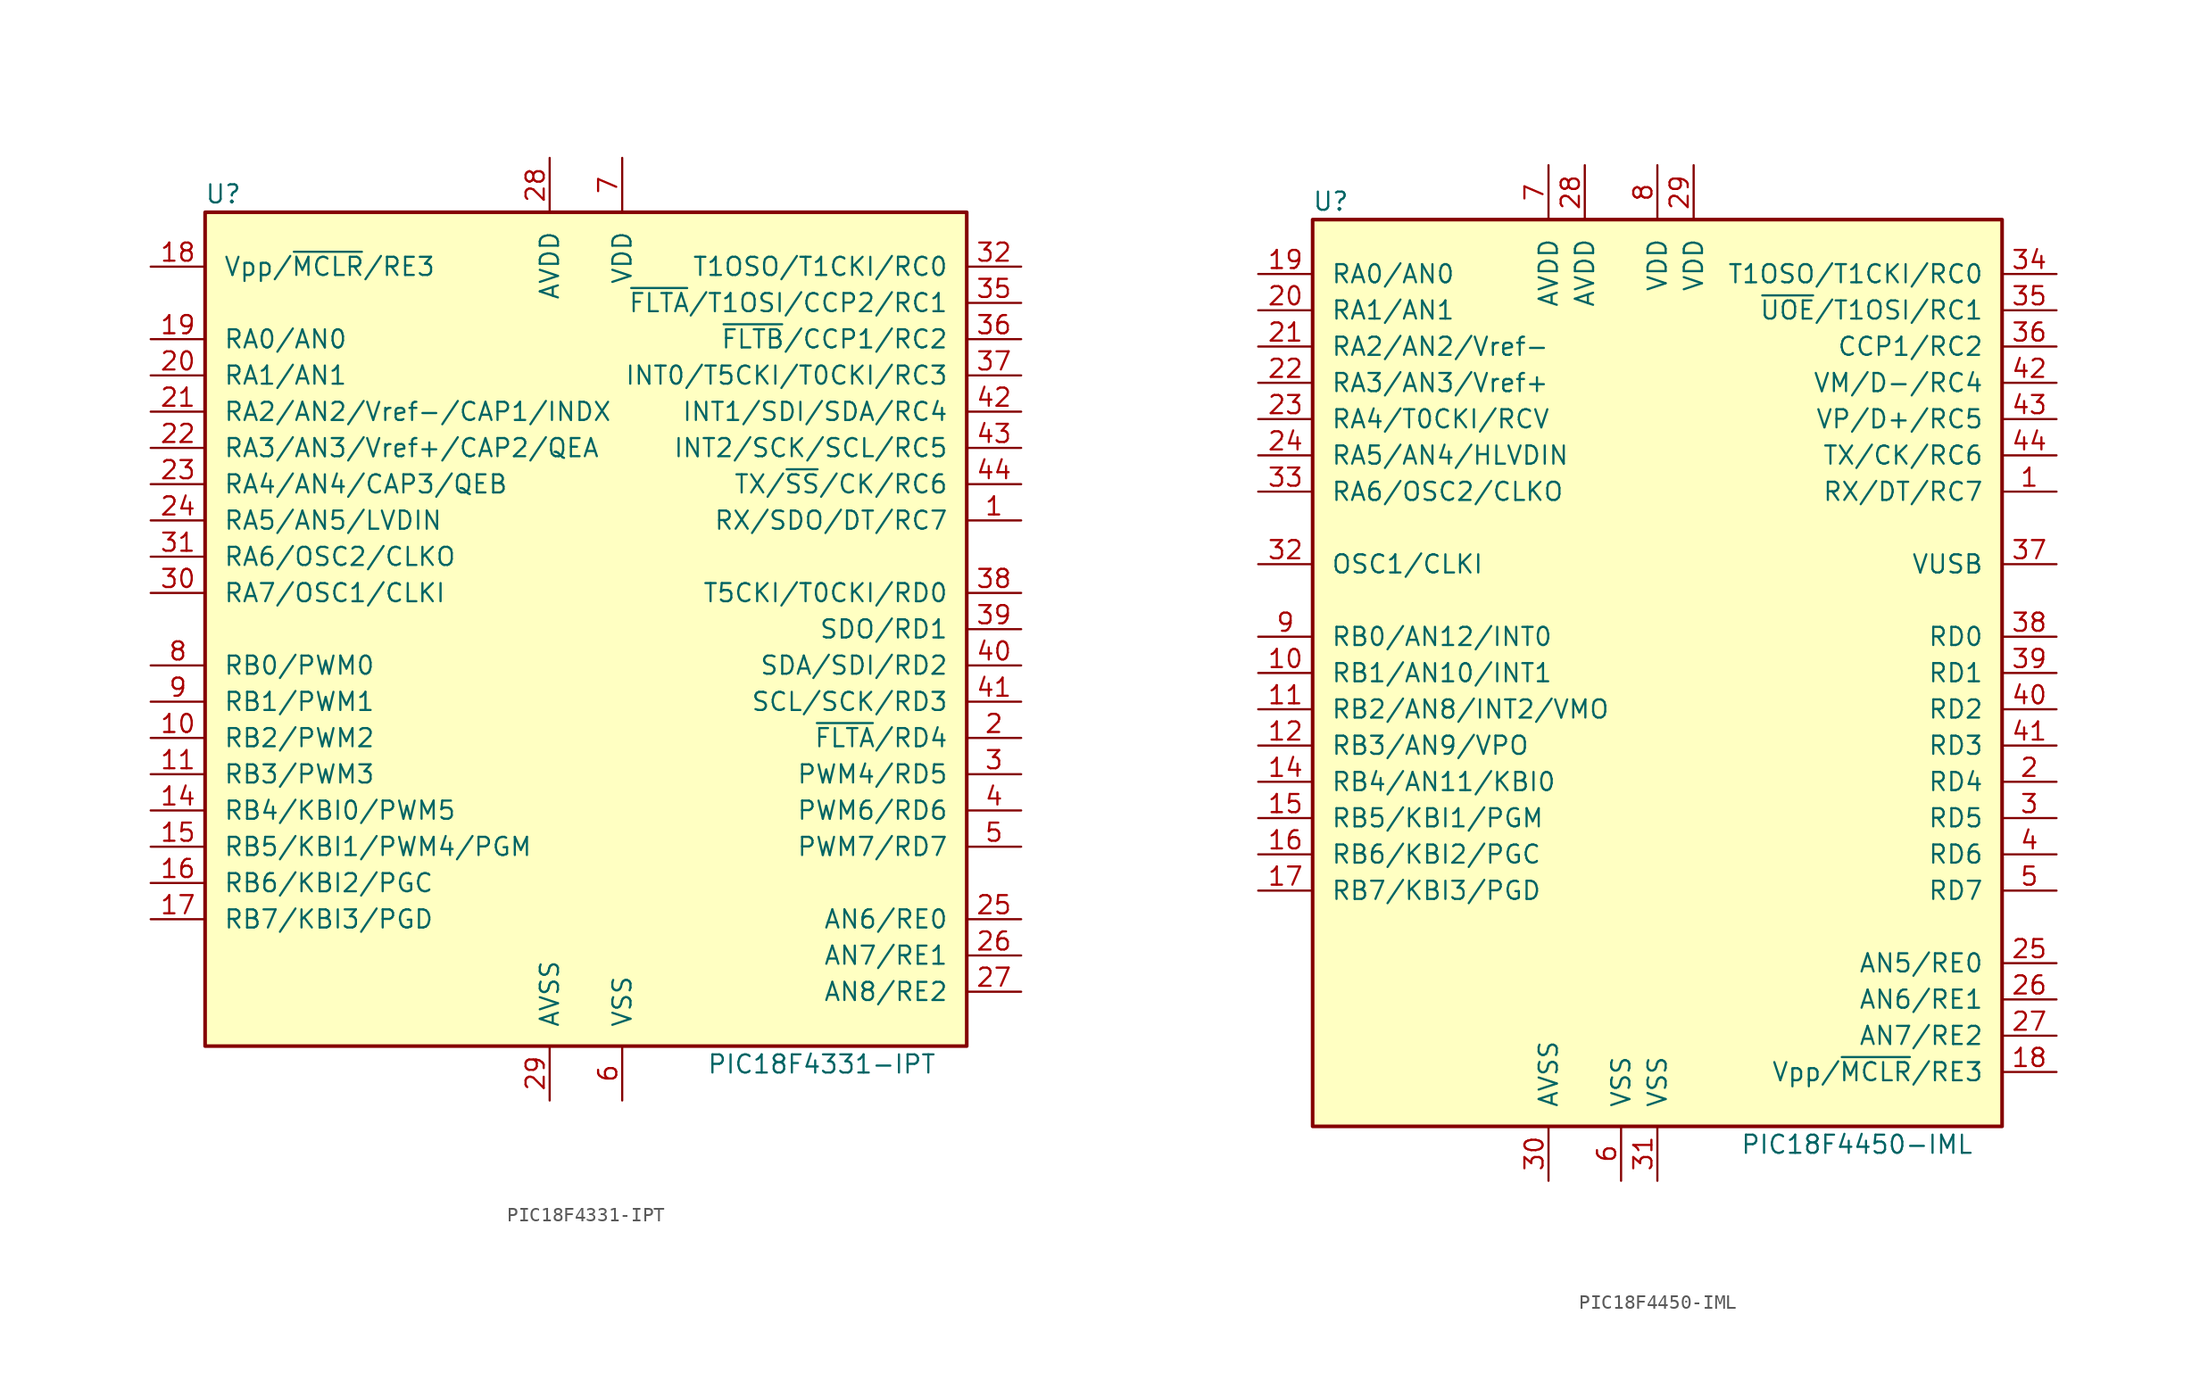
<source format=kicad_sym>
(kicad_symbol_lib
  (version 20231120)
  (generator "kicad_symbol_editor")
  (generator_version "8.0")
  (symbol "PIC18F4331-IPT"
    (pin_names
      (offset 1.27))
    (property "Reference" "U"
      (at -25.4 30.48 0)
      (effects (font (size 1.27 1.27))))
    (property "Value" "PIC18F4331-IPT"
      (at 16.51 -30.48 0)
      (effects (font (size 1.27 1.27))))
    (symbol "PIC18F4331-IPT_0_1"
      (rectangle (start -26.67 29.21) (end 26.67 -29.21) (stroke (width 0.254) (type default)) (fill (type background))))
    (symbol "PIC18F4331-IPT_1_1"
      (pin bidirectional line (at 30.48 7.62 180) (length 3.81) (name "RX/SDO/DT/RC7" (effects (font (size 1.27 1.27)))) (number "1" (effects (font (size 1.27 1.27)))))
      (pin bidirectional line (at -30.48 -7.62 0) (length 3.81) (name "RB2/PWM2" (effects (font (size 1.27 1.27)))) (number "10" (effects (font (size 1.27 1.27)))))
      (pin bidirectional line (at -30.48 -10.16 0) (length 3.81) (name "RB3/PWM3" (effects (font (size 1.27 1.27)))) (number "11" (effects (font (size 1.27 1.27)))))
      (pin no_connect line (at -15.24 -29.21 90) (length 3.81) hide (name "NC" (effects (font (size 1.27 1.27)))) (number "12" (effects (font (size 1.27 1.27)))))
      (pin no_connect line (at -12.7 -29.21 90) (length 3.81) hide (name "NC" (effects (font (size 1.27 1.27)))) (number "13" (effects (font (size 1.27 1.27)))))
      (pin bidirectional line (at -30.48 -12.7 0) (length 3.81) (name "RB4/KBI0/PWM5" (effects (font (size 1.27 1.27)))) (number "14" (effects (font (size 1.27 1.27)))))
      (pin bidirectional line (at -30.48 -15.24 0) (length 3.81) (name "RB5/KBI1/PWM4/PGM" (effects (font (size 1.27 1.27)))) (number "15" (effects (font (size 1.27 1.27)))))
      (pin bidirectional line (at -30.48 -17.78 0) (length 3.81) (name "RB6/KBI2/PGC" (effects (font (size 1.27 1.27)))) (number "16" (effects (font (size 1.27 1.27)))))
      (pin bidirectional line (at -30.48 -20.32 0) (length 3.81) (name "RB7/KBI3/PGD" (effects (font (size 1.27 1.27)))) (number "17" (effects (font (size 1.27 1.27)))))
      (pin input line (at -30.48 25.4 0) (length 3.81) (name "Vpp/~{MCLR}/RE3" (effects (font (size 1.27 1.27)))) (number "18" (effects (font (size 1.27 1.27)))))
      (pin bidirectional line (at -30.48 20.32 0) (length 3.81) (name "RA0/AN0" (effects (font (size 1.27 1.27)))) (number "19" (effects (font (size 1.27 1.27)))))
      (pin bidirectional line (at 30.48 -7.62 180) (length 3.81) (name "~{FLTA}/RD4" (effects (font (size 1.27 1.27)))) (number "2" (effects (font (size 1.27 1.27)))))
      (pin bidirectional line (at -30.48 17.78 0) (length 3.81) (name "RA1/AN1" (effects (font (size 1.27 1.27)))) (number "20" (effects (font (size 1.27 1.27)))))
      (pin bidirectional line (at -30.48 15.24 0) (length 3.81) (name "RA2/AN2/Vref-/CAP1/INDX" (effects (font (size 1.27 1.27)))) (number "21" (effects (font (size 1.27 1.27)))))
      (pin bidirectional line (at -30.48 12.7 0) (length 3.81) (name "RA3/AN3/Vref+/CAP2/QEA" (effects (font (size 1.27 1.27)))) (number "22" (effects (font (size 1.27 1.27)))))
      (pin bidirectional line (at -30.48 10.16 0) (length 3.81) (name "RA4/AN4/CAP3/QEB" (effects (font (size 1.27 1.27)))) (number "23" (effects (font (size 1.27 1.27)))))
      (pin bidirectional line (at -30.48 7.62 0) (length 3.81) (name "RA5/AN5/LVDIN" (effects (font (size 1.27 1.27)))) (number "24" (effects (font (size 1.27 1.27)))))
      (pin bidirectional line (at 30.48 -20.32 180) (length 3.81) (name "AN6/RE0" (effects (font (size 1.27 1.27)))) (number "25" (effects (font (size 1.27 1.27)))))
      (pin bidirectional line (at 30.48 -22.86 180) (length 3.81) (name "AN7/RE1" (effects (font (size 1.27 1.27)))) (number "26" (effects (font (size 1.27 1.27)))))
      (pin bidirectional line (at 30.48 -25.4 180) (length 3.81) (name "AN8/RE2" (effects (font (size 1.27 1.27)))) (number "27" (effects (font (size 1.27 1.27)))))
      (pin power_in line (at -2.54 33.02 270) (length 3.81) (name "AVDD" (effects (font (size 1.27 1.27)))) (number "28" (effects (font (size 1.27 1.27)))))
      (pin power_in line (at -2.54 -33.02 90) (length 3.81) (name "AVSS" (effects (font (size 1.27 1.27)))) (number "29" (effects (font (size 1.27 1.27)))))
      (pin bidirectional line (at 30.48 -10.16 180) (length 3.81) (name "PWM4/RD5" (effects (font (size 1.27 1.27)))) (number "3" (effects (font (size 1.27 1.27)))))
      (pin bidirectional line (at -30.48 2.54 0) (length 3.81) (name "RA7/OSC1/CLKI" (effects (font (size 1.27 1.27)))) (number "30" (effects (font (size 1.27 1.27)))))
      (pin bidirectional line (at -30.48 5.08 0) (length 3.81) (name "RA6/OSC2/CLKO" (effects (font (size 1.27 1.27)))) (number "31" (effects (font (size 1.27 1.27)))))
      (pin bidirectional line (at 30.48 25.4 180) (length 3.81) (name "T1OSO/T1CKI/RC0" (effects (font (size 1.27 1.27)))) (number "32" (effects (font (size 1.27 1.27)))))
      (pin no_connect line (at -10.16 -29.21 90) (length 3.81) hide (name "NC" (effects (font (size 1.27 1.27)))) (number "33" (effects (font (size 1.27 1.27)))))
      (pin no_connect line (at -7.62 -29.21 90) (length 3.81) hide (name "NC" (effects (font (size 1.27 1.27)))) (number "34" (effects (font (size 1.27 1.27)))))
      (pin bidirectional line (at 30.48 22.86 180) (length 3.81) (name "~{FLTA}/T1OSI/CCP2/RC1" (effects (font (size 1.27 1.27)))) (number "35" (effects (font (size 1.27 1.27)))))
      (pin bidirectional line (at 30.48 20.32 180) (length 3.81) (name "~{FLTB}/CCP1/RC2" (effects (font (size 1.27 1.27)))) (number "36" (effects (font (size 1.27 1.27)))))
      (pin bidirectional line (at 30.48 17.78 180) (length 3.81) (name "INT0/T5CKI/T0CKI/RC3" (effects (font (size 1.27 1.27)))) (number "37" (effects (font (size 1.27 1.27)))))
      (pin bidirectional line (at 30.48 2.54 180) (length 3.81) (name "T5CKI/T0CKI/RD0" (effects (font (size 1.27 1.27)))) (number "38" (effects (font (size 1.27 1.27)))))
      (pin bidirectional line (at 30.48 0 180) (length 3.81) (name "SDO/RD1" (effects (font (size 1.27 1.27)))) (number "39" (effects (font (size 1.27 1.27)))))
      (pin bidirectional line (at 30.48 -12.7 180) (length 3.81) (name "PWM6/RD6" (effects (font (size 1.27 1.27)))) (number "4" (effects (font (size 1.27 1.27)))))
      (pin bidirectional line (at 30.48 -2.54 180) (length 3.81) (name "SDA/SDI/RD2" (effects (font (size 1.27 1.27)))) (number "40" (effects (font (size 1.27 1.27)))))
      (pin bidirectional line (at 30.48 -5.08 180) (length 3.81) (name "SCL/SCK/RD3" (effects (font (size 1.27 1.27)))) (number "41" (effects (font (size 1.27 1.27)))))
      (pin bidirectional line (at 30.48 15.24 180) (length 3.81) (name "INT1/SDI/SDA/RC4" (effects (font (size 1.27 1.27)))) (number "42" (effects (font (size 1.27 1.27)))))
      (pin bidirectional line (at 30.48 12.7 180) (length 3.81) (name "INT2/SCK/SCL/RC5" (effects (font (size 1.27 1.27)))) (number "43" (effects (font (size 1.27 1.27)))))
      (pin bidirectional line (at 30.48 10.16 180) (length 3.81) (name "TX/~{SS}/CK/RC6" (effects (font (size 1.27 1.27)))) (number "44" (effects (font (size 1.27 1.27)))))
      (pin bidirectional line (at 30.48 -15.24 180) (length 3.81) (name "PWM7/RD7" (effects (font (size 1.27 1.27)))) (number "5" (effects (font (size 1.27 1.27)))))
      (pin power_in line (at 2.54 -33.02 90) (length 3.81) (name "VSS" (effects (font (size 1.27 1.27)))) (number "6" (effects (font (size 1.27 1.27)))))
      (pin power_in line (at 2.54 33.02 270) (length 3.81) (name "VDD" (effects (font (size 1.27 1.27)))) (number "7" (effects (font (size 1.27 1.27)))))
      (pin bidirectional line (at -30.48 -2.54 0) (length 3.81) (name "RB0/PWM0" (effects (font (size 1.27 1.27)))) (number "8" (effects (font (size 1.27 1.27)))))
      (pin bidirectional line (at -30.48 -5.08 0) (length 3.81) (name "RB1/PWM1" (effects (font (size 1.27 1.27)))) (number "9" (effects (font (size 1.27 1.27)))))))
  (symbol "PIC18F4450-IML"
    (pin_names
      (offset 1.27))
    (property "Reference" "U"
      (at -22.86 33.02 0)
      (effects (font (size 1.27 1.27))))
    (property "Value" "PIC18F4450-IML"
      (at 13.97 -33.02 0)
      (effects (font (size 1.27 1.27))))
    (symbol "PIC18F4450-IML_0_1"
      (rectangle (start -24.13 31.75) (end 24.13 -31.75) (stroke (width 0.254) (type default)) (fill (type background))))
    (symbol "PIC18F4450-IML_1_1"
      (pin bidirectional line (at 27.94 12.7 180) (length 3.81) (name "RX/DT/RC7" (effects (font (size 1.27 1.27)))) (number "1" (effects (font (size 1.27 1.27)))))
      (pin bidirectional line (at -27.94 0 0) (length 3.81) (name "RB1/AN10/INT1" (effects (font (size 1.27 1.27)))) (number "10" (effects (font (size 1.27 1.27)))))
      (pin bidirectional line (at -27.94 -2.54 0) (length 3.81) (name "RB2/AN8/INT2/VMO" (effects (font (size 1.27 1.27)))) (number "11" (effects (font (size 1.27 1.27)))))
      (pin bidirectional line (at -27.94 -5.08 0) (length 3.81) (name "RB3/AN9/VPO" (effects (font (size 1.27 1.27)))) (number "12" (effects (font (size 1.27 1.27)))))
      (pin no_connect line (at -12.7 -31.75 90) (length 3.81) hide (name "NC" (effects (font (size 1.27 1.27)))) (number "13" (effects (font (size 1.27 1.27)))))
      (pin bidirectional line (at -27.94 -7.62 0) (length 3.81) (name "RB4/AN11/KBI0" (effects (font (size 1.27 1.27)))) (number "14" (effects (font (size 1.27 1.27)))))
      (pin bidirectional line (at -27.94 -10.16 0) (length 3.81) (name "RB5/KBI1/PGM" (effects (font (size 1.27 1.27)))) (number "15" (effects (font (size 1.27 1.27)))))
      (pin bidirectional line (at -27.94 -12.7 0) (length 3.81) (name "RB6/KBI2/PGC" (effects (font (size 1.27 1.27)))) (number "16" (effects (font (size 1.27 1.27)))))
      (pin bidirectional line (at -27.94 -15.24 0) (length 3.81) (name "RB7/KBI3/PGD" (effects (font (size 1.27 1.27)))) (number "17" (effects (font (size 1.27 1.27)))))
      (pin input line (at 27.94 -27.94 180) (length 3.81) (name "Vpp/~{MCLR}/RE3" (effects (font (size 1.27 1.27)))) (number "18" (effects (font (size 1.27 1.27)))))
      (pin bidirectional line (at -27.94 27.94 0) (length 3.81) (name "RA0/AN0" (effects (font (size 1.27 1.27)))) (number "19" (effects (font (size 1.27 1.27)))))
      (pin bidirectional line (at 27.94 -7.62 180) (length 3.81) (name "RD4" (effects (font (size 1.27 1.27)))) (number "2" (effects (font (size 1.27 1.27)))))
      (pin bidirectional line (at -27.94 25.4 0) (length 3.81) (name "RA1/AN1" (effects (font (size 1.27 1.27)))) (number "20" (effects (font (size 1.27 1.27)))))
      (pin bidirectional line (at -27.94 22.86 0) (length 3.81) (name "RA2/AN2/Vref-" (effects (font (size 1.27 1.27)))) (number "21" (effects (font (size 1.27 1.27)))))
      (pin bidirectional line (at -27.94 20.32 0) (length 3.81) (name "RA3/AN3/Vref+" (effects (font (size 1.27 1.27)))) (number "22" (effects (font (size 1.27 1.27)))))
      (pin bidirectional line (at -27.94 17.78 0) (length 3.81) (name "RA4/T0CKI/RCV" (effects (font (size 1.27 1.27)))) (number "23" (effects (font (size 1.27 1.27)))))
      (pin bidirectional line (at -27.94 15.24 0) (length 3.81) (name "RA5/AN4/HLVDIN" (effects (font (size 1.27 1.27)))) (number "24" (effects (font (size 1.27 1.27)))))
      (pin bidirectional line (at 27.94 -20.32 180) (length 3.81) (name "AN5/RE0" (effects (font (size 1.27 1.27)))) (number "25" (effects (font (size 1.27 1.27)))))
      (pin bidirectional line (at 27.94 -22.86 180) (length 3.81) (name "AN6/RE1" (effects (font (size 1.27 1.27)))) (number "26" (effects (font (size 1.27 1.27)))))
      (pin bidirectional line (at 27.94 -25.4 180) (length 3.81) (name "AN7/RE2" (effects (font (size 1.27 1.27)))) (number "27" (effects (font (size 1.27 1.27)))))
      (pin power_in line (at -5.08 35.56 270) (length 3.81) (name "AVDD" (effects (font (size 1.27 1.27)))) (number "28" (effects (font (size 1.27 1.27)))))
      (pin power_in line (at 2.54 35.56 270) (length 3.81) (name "VDD" (effects (font (size 1.27 1.27)))) (number "29" (effects (font (size 1.27 1.27)))))
      (pin bidirectional line (at 27.94 -10.16 180) (length 3.81) (name "RD5" (effects (font (size 1.27 1.27)))) (number "3" (effects (font (size 1.27 1.27)))))
      (pin power_in line (at -7.62 -35.56 90) (length 3.81) (name "AVSS" (effects (font (size 1.27 1.27)))) (number "30" (effects (font (size 1.27 1.27)))))
      (pin power_in line (at 0 -35.56 90) (length 3.81) (name "VSS" (effects (font (size 1.27 1.27)))) (number "31" (effects (font (size 1.27 1.27)))))
      (pin input line (at -27.94 7.62 0) (length 3.81) (name "OSC1/CLKI" (effects (font (size 1.27 1.27)))) (number "32" (effects (font (size 1.27 1.27)))))
      (pin output line (at -27.94 12.7 0) (length 3.81) (name "RA6/OSC2/CLKO" (effects (font (size 1.27 1.27)))) (number "33" (effects (font (size 1.27 1.27)))))
      (pin bidirectional line (at 27.94 27.94 180) (length 3.81) (name "T1OSO/T1CKI/RC0" (effects (font (size 1.27 1.27)))) (number "34" (effects (font (size 1.27 1.27)))))
      (pin bidirectional line (at 27.94 25.4 180) (length 3.81) (name "~{UOE}/T1OSI/RC1" (effects (font (size 1.27 1.27)))) (number "35" (effects (font (size 1.27 1.27)))))
      (pin bidirectional line (at 27.94 22.86 180) (length 3.81) (name "CCP1/RC2" (effects (font (size 1.27 1.27)))) (number "36" (effects (font (size 1.27 1.27)))))
      (pin bidirectional line (at 27.94 7.62 180) (length 3.81) (name "VUSB" (effects (font (size 1.27 1.27)))) (number "37" (effects (font (size 1.27 1.27)))))
      (pin bidirectional line (at 27.94 2.54 180) (length 3.81) (name "RD0" (effects (font (size 1.27 1.27)))) (number "38" (effects (font (size 1.27 1.27)))))
      (pin bidirectional line (at 27.94 0 180) (length 3.81) (name "RD1" (effects (font (size 1.27 1.27)))) (number "39" (effects (font (size 1.27 1.27)))))
      (pin bidirectional line (at 27.94 -12.7 180) (length 3.81) (name "RD6" (effects (font (size 1.27 1.27)))) (number "4" (effects (font (size 1.27 1.27)))))
      (pin bidirectional line (at 27.94 -2.54 180) (length 3.81) (name "RD2" (effects (font (size 1.27 1.27)))) (number "40" (effects (font (size 1.27 1.27)))))
      (pin bidirectional line (at 27.94 -5.08 180) (length 3.81) (name "RD3" (effects (font (size 1.27 1.27)))) (number "41" (effects (font (size 1.27 1.27)))))
      (pin bidirectional line (at 27.94 20.32 180) (length 3.81) (name "VM/D-/RC4" (effects (font (size 1.27 1.27)))) (number "42" (effects (font (size 1.27 1.27)))))
      (pin bidirectional line (at 27.94 17.78 180) (length 3.81) (name "VP/D+/RC5" (effects (font (size 1.27 1.27)))) (number "43" (effects (font (size 1.27 1.27)))))
      (pin bidirectional line (at 27.94 15.24 180) (length 3.81) (name "TX/CK/RC6" (effects (font (size 1.27 1.27)))) (number "44" (effects (font (size 1.27 1.27)))))
      (pin bidirectional line (at 27.94 -15.24 180) (length 3.81) (name "RD7" (effects (font (size 1.27 1.27)))) (number "5" (effects (font (size 1.27 1.27)))))
      (pin power_in line (at -2.54 -35.56 90) (length 3.81) (name "VSS" (effects (font (size 1.27 1.27)))) (number "6" (effects (font (size 1.27 1.27)))))
      (pin power_in line (at -7.62 35.56 270) (length 3.81) (name "AVDD" (effects (font (size 1.27 1.27)))) (number "7" (effects (font (size 1.27 1.27)))))
      (pin power_in line (at 0 35.56 270) (length 3.81) (name "VDD" (effects (font (size 1.27 1.27)))) (number "8" (effects (font (size 1.27 1.27)))))
      (pin bidirectional line (at -27.94 2.54 0) (length 3.81) (name "RB0/AN12/INT0" (effects (font (size 1.27 1.27)))) (number "9" (effects (font (size 1.27 1.27))))))))
</source>
